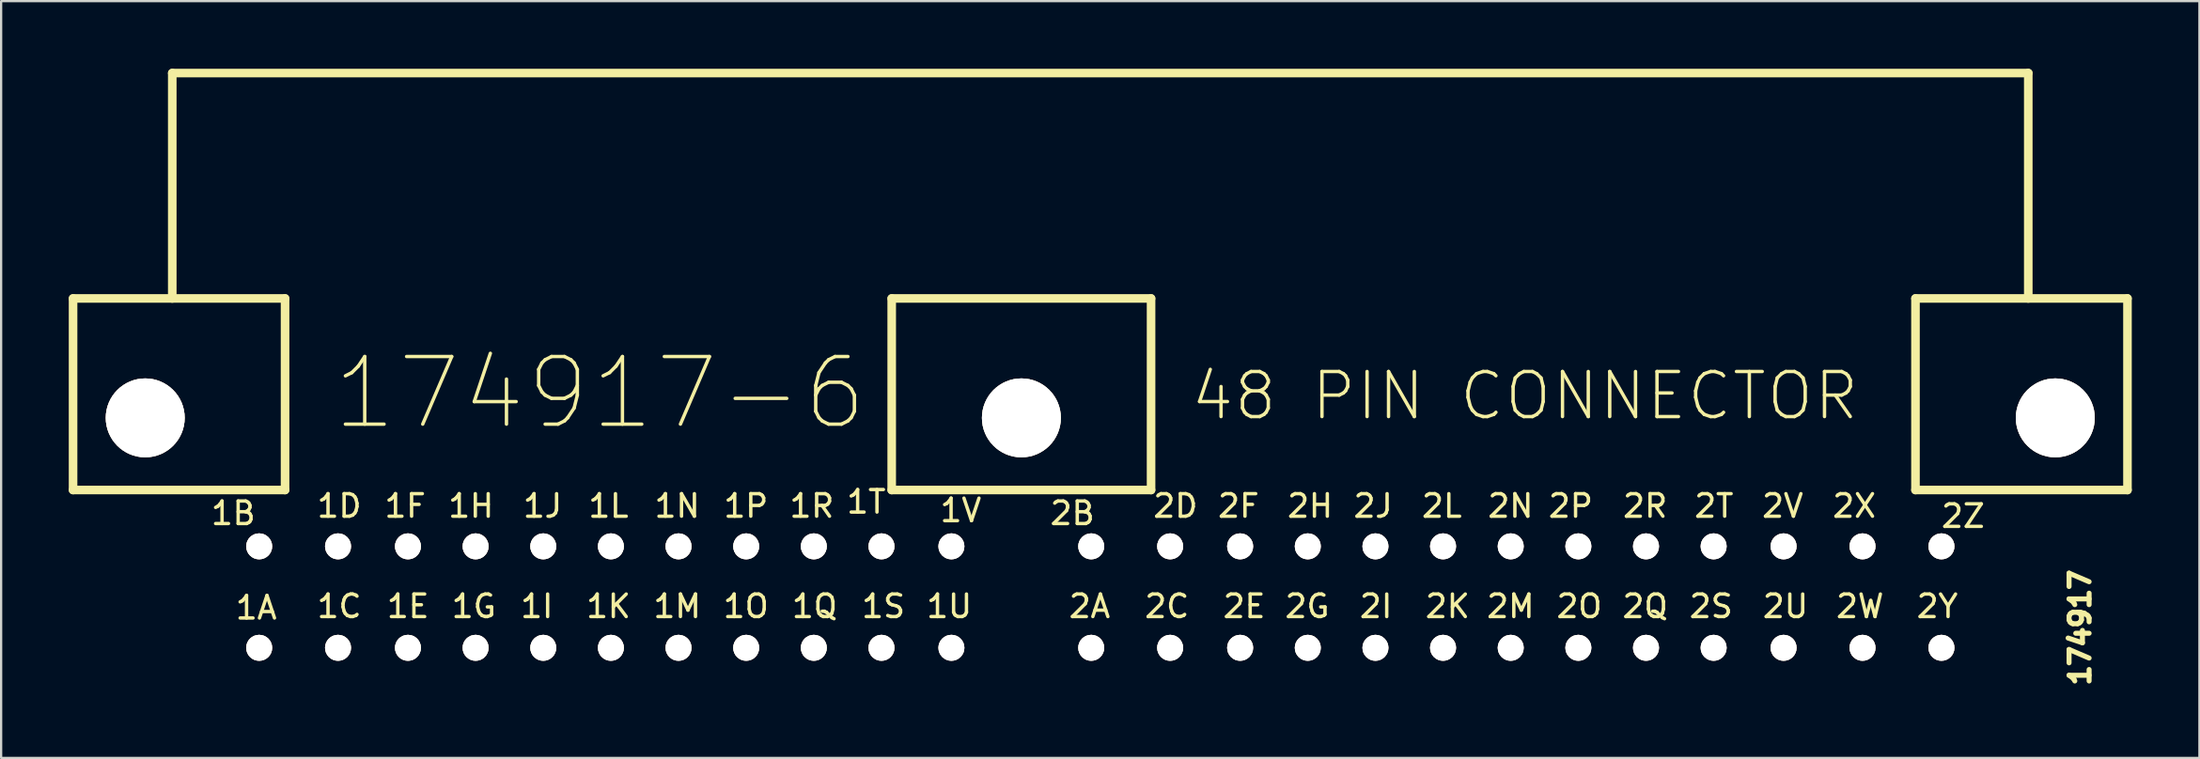
<source format=kicad_pcb>
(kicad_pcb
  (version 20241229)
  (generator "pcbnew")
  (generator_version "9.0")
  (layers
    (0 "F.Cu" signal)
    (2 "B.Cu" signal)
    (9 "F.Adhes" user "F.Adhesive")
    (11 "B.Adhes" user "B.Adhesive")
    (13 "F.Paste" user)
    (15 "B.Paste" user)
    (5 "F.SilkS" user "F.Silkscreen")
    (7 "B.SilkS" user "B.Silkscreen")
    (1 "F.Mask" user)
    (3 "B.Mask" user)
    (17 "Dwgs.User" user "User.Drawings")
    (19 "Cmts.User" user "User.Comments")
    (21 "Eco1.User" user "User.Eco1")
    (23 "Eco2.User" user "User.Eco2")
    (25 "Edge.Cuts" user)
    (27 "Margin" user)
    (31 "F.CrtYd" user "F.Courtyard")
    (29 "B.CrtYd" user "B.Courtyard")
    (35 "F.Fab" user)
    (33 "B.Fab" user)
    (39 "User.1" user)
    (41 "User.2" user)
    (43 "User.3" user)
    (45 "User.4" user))
  (footprint "174917"
    (layer "F.Cu")
    (at 8.44 25.69)
    (property "Reference" "174917" (at 80.754 -0.899 90) (layer "F.SilkS") (effects (font (size 0.889 0.889) (thickness 0.222))))
    (attr through_hole)
    (fp_line (start -8.25 -15.499) (end 1.151 -15.499) (stroke (width 0.381) (type solid)) (layer "F.SilkS"))
    (fp_line (start -8.25 -7) (end -8.25 -15.499) (stroke (width 0.381) (type solid)) (layer "F.SilkS"))
    (fp_line (start -8.25 -7) (end 1.151 -7) (stroke (width 0.381) (type solid)) (layer "F.SilkS"))
    (fp_line (start -3.851 -25.499) (end -3.851 -15.499) (stroke (width 0.381) (type solid)) (layer "F.SilkS"))
    (fp_line (start -3.851 -25.499) (end 78.456 -25.499) (stroke (width 0.381) (type solid)) (layer "F.SilkS"))
    (fp_line (start 1.151 -7) (end 1.151 -15.499) (stroke (width 0.381) (type solid)) (layer "F.SilkS"))
    (fp_line (start 28.054 -7) (end 28.054 -15.499) (stroke (width 0.381) (type solid)) (layer "F.SilkS"))
    (fp_line (start 39.555 -15.499) (end 28.054 -15.499) (stroke (width 0.381) (type solid)) (layer "F.SilkS"))
    (fp_line (start 39.555 -15.499) (end 39.555 -7) (stroke (width 0.381) (type solid)) (layer "F.SilkS"))
    (fp_line (start 39.555 -7) (end 28.054 -7) (stroke (width 0.381) (type solid)) (layer "F.SilkS"))
    (fp_line (start 73.454 -15.499) (end 82.855 -15.499) (stroke (width 0.381) (type solid)) (layer "F.SilkS"))
    (fp_line (start 73.454 -7) (end 73.454 -15.499) (stroke (width 0.381) (type solid)) (layer "F.SilkS"))
    (fp_line (start 78.456 -25.499) (end 78.456 -15.499) (stroke (width 0.381) (type solid)) (layer "F.SilkS"))
    (fp_line (start 82.855 -15.499) (end 82.855 -7) (stroke (width 0.381) (type solid)) (layer "F.SilkS"))
    (fp_line (start 82.855 -7) (end 73.454 -7) (stroke (width 0.381) (type solid)) (layer "F.SilkS"))
    (fp_text user "2A" (at 36.83 -1.841 0) (layer "F.SilkS") (effects (font (size 1 1) (thickness 0.15))))
    (fp_text user "174917-6" (at 15.113 -11.303 0) (layer "F.SilkS") (effects (font (size 3 3) (thickness 0.15))))
    (fp_text user "1I" (at 12.319 -1.841 0) (layer "F.SilkS") (effects (font (size 1 1) (thickness 0.15))))
    (fp_text user "2D" (at 40.64 -6.294 0) (layer "F.SilkS") (effects (font (size 1 1) (thickness 0.15))))
    (fp_text user "1K" (at 15.494 -1.841 0) (layer "F.SilkS") (effects (font (size 1 1) (thickness 0.15))))
    (fp_text user "1J" (at 12.573 -6.294 0) (layer "F.SilkS") (effects (font (size 1 1) (thickness 0.15))))
    (fp_text user "2H" (at 46.609 -6.294 0) (layer "F.SilkS") (effects (font (size 1 1) (thickness 0.15))))
    (fp_text user "48 PIN CONNECTOR" (at 56.134 -11.176 0) (layer "F.SilkS") (effects (font (size 2 2) (thickness 0.15))))
    (fp_text user "1U" (at 30.607 -1.841 0) (layer "F.SilkS") (effects (font (size 1 1) (thickness 0.15))))
    (fp_text user "2S" (at 64.389 -1.841 0) (layer "F.SilkS") (effects (font (size 1 1) (thickness 0.15))))
    (fp_text user "2U" (at 67.691 -1.841 0) (layer "F.SilkS") (effects (font (size 1 1) (thickness 0.15))))
    (fp_text user "1N" (at 18.542 -6.294 0) (layer "F.SilkS") (effects (font (size 1 1) (thickness 0.15))))
    (fp_text user "2R" (at 61.468 -6.294 0) (layer "F.SilkS") (effects (font (size 1 1) (thickness 0.15))))
    (fp_text user "1H" (at 9.398 -6.294 0) (layer "F.SilkS") (effects (font (size 1 1) (thickness 0.15))))
    (fp_text user "2C" (at 40.259 -1.841 0) (layer "F.SilkS") (effects (font (size 1 1) (thickness 0.15))))
    (fp_text user "2Q" (at 61.468 -1.841 0) (layer "F.SilkS") (effects (font (size 1 1) (thickness 0.15))))
    (fp_text user "2N" (at 55.499 -6.294 0) (layer "F.SilkS") (effects (font (size 1 1) (thickness 0.15))))
    (fp_text user "2O" (at 58.547 -1.841 0) (layer "F.SilkS") (effects (font (size 1 1) (thickness 0.15))))
    (fp_text user "1G" (at 9.525 -1.841 0) (layer "F.SilkS") (effects (font (size 1 1) (thickness 0.15))))
    (fp_text user "1F" (at 6.477 -6.294 0) (layer "F.SilkS") (effects (font (size 1 1) (thickness 0.15))))
    (fp_text user "1D" (at 3.556 -6.294 0) (layer "F.SilkS") (effects (font (size 1 1) (thickness 0.15))))
    (fp_text user "2Z" (at 75.565 -5.842 0) (layer "F.SilkS") (effects (font (size 1 1) (thickness 0.15))))
    (fp_text user "2F" (at 43.434 -6.294 0) (layer "F.SilkS") (effects (font (size 1 1) (thickness 0.15))))
    (fp_text user "1P" (at 21.59 -6.294 0) (layer "F.SilkS") (effects (font (size 1 1) (thickness 0.15))))
    (fp_text user "1T" (at 26.924 -6.477 0) (layer "F.SilkS") (effects (font (size 1 1) (thickness 0.15))))
    (fp_text user "2E" (at 43.688 -1.841 0) (layer "F.SilkS") (effects (font (size 1 1) (thickness 0.15))))
    (fp_text user "2X" (at 70.739 -6.294 0) (layer "F.SilkS") (effects (font (size 1 1) (thickness 0.15))))
    (fp_text user "1S" (at 27.686 -1.841 0) (layer "F.SilkS") (effects (font (size 1 1) (thickness 0.15))))
    (fp_text user "1E" (at 6.604 -1.841 0) (layer "F.SilkS") (effects (font (size 1 1) (thickness 0.15))))
    (fp_text user "2V" (at 67.564 -6.294 0) (layer "F.SilkS") (effects (font (size 1 1) (thickness 0.15))))
    (fp_text user "2J" (at 49.403 -6.294 0) (layer "F.SilkS") (effects (font (size 1 1) (thickness 0.15))))
    (fp_text user "1V" (at 31.115 -6.096 0) (layer "F.SilkS") (effects (font (size 1 1) (thickness 0.15))))
    (fp_text user "2G" (at 46.482 -1.841 0) (layer "F.SilkS") (effects (font (size 1 1) (thickness 0.15))))
    (fp_text user "1R" (at 24.511 -6.294 0) (layer "F.SilkS") (effects (font (size 1 1) (thickness 0.15))))
    (fp_text user "1Q" (at 24.638 -1.841 0) (layer "F.SilkS") (effects (font (size 1 1) (thickness 0.15))))
    (fp_text user "1O" (at 21.59 -1.841 0) (layer "F.SilkS") (effects (font (size 1 1) (thickness 0.15))))
    (fp_text user "2B" (at 36.068 -5.969 0) (layer "F.SilkS") (effects (font (size 1 1) (thickness 0.15))))
    (fp_text user "1L" (at 15.494 -6.294 0) (layer "F.SilkS") (effects (font (size 1 1) (thickness 0.15))))
    (fp_text user "1A" (at -0.127 -1.778 0) (layer "F.SilkS") (effects (font (size 1 1) (thickness 0.15))))
    (fp_text user "2M" (at 55.499 -1.841 0) (layer "F.SilkS") (effects (font (size 1 1) (thickness 0.15))))
    (fp_text user "1M" (at 18.542 -1.841 0) (layer "F.SilkS") (effects (font (size 1 1) (thickness 0.15))))
    (fp_text user "2W" (at 70.993 -1.841 0) (layer "F.SilkS") (effects (font (size 1 1) (thickness 0.15))))
    (fp_text user "1C" (at 3.556 -1.841 0) (layer "F.SilkS") (effects (font (size 1 1) (thickness 0.15))))
    (fp_text user "2T" (at 64.516 -6.294 0) (layer "F.SilkS") (effects (font (size 1 1) (thickness 0.15))))
    (fp_text user "2L" (at 52.451 -6.294 0) (layer "F.SilkS") (effects (font (size 1 1) (thickness 0.15))))
    (fp_text user "2K" (at 52.705 -1.841 0) (layer "F.SilkS") (effects (font (size 1 1) (thickness 0.15))))
    (fp_text user "2Y" (at 74.422 -1.841 0) (layer "F.SilkS") (effects (font (size 1 1) (thickness 0.15))))
    (fp_text user "2P" (at 58.166 -6.294 0) (layer "F.SilkS") (effects (font (size 1 1) (thickness 0.15))))
    (fp_text user "2I" (at 49.53 -1.841 0) (layer "F.SilkS") (effects (font (size 1 1) (thickness 0.15))))
    (fp_text user "1B" (at -1.143 -5.969 0) (layer "F.SilkS") (effects (font (size 1 1) (thickness 0.15))))
    (pad "" thru_hole circle (at -5.05 -10.201) (size 3.5 3.5) (drill 3.5) (layers "*.Cu" "*.Mask" "F.SilkS"))
    (pad "" thru_hole circle (at 33.805 -10.201) (size 3.5 3.5) (drill 3.5) (layers "*.Cu" "*.Mask" "F.SilkS"))
    (pad "" thru_hole circle (at 79.654 -10.201) (size 3.5 3.5) (drill 3.5) (layers "*.Cu" "*.Mask" "F.SilkS"))
    (pad "1A" thru_hole circle (at 0.003 0) (size 1.151 1.151) (drill 1.506) (layers "*.Cu" "*.Mask" "F.SilkS"))
    (pad "1B" thru_hole circle (at 0.003 -4.501 180) (size 1.151 1.151) (drill 1.506) (layers "*.Cu" "*.Mask" "F.SilkS"))
    (pad "1C" thru_hole circle (at 3.5 0) (size 1.151 1.151) (drill 1.506) (layers "*.Cu" "*.Mask" "F.SilkS"))
    (pad "1D" thru_hole circle (at 3.5 -4.501 180) (size 1.151 1.151) (drill 1.506) (layers "*.Cu" "*.Mask" "F.SilkS"))
    (pad "1E" thru_hole circle (at 6.601 0) (size 1.151 1.151) (drill 1.506) (layers "*.Cu" "*.Mask" "F.SilkS"))
    (pad "1F" thru_hole circle (at 6.601 -4.501 180) (size 1.151 1.151) (drill 1.506) (layers "*.Cu" "*.Mask" "F.SilkS"))
    (pad "1G" thru_hole circle (at 9.601 0) (size 1.151 1.151) (drill 1.506) (layers "*.Cu" "*.Mask" "F.SilkS"))
    (pad "1H" thru_hole circle (at 9.601 -4.501 180) (size 1.151 1.151) (drill 1.506) (layers "*.Cu" "*.Mask" "F.SilkS"))
    (pad "1I" thru_hole circle (at 12.601 0) (size 1.151 1.151) (drill 1.506) (layers "*.Cu" "*.Mask" "F.SilkS"))
    (pad "1J" thru_hole circle (at 12.601 -4.501 180) (size 1.151 1.151) (drill 1.506) (layers "*.Cu" "*.Mask" "F.SilkS"))
    (pad "1K" thru_hole circle (at 15.601 0) (size 1.151 1.151) (drill 1.506) (layers "*.Cu" "*.Mask" "F.SilkS"))
    (pad "1L" thru_hole circle (at 15.601 -4.501 180) (size 1.151 1.151) (drill 1.506) (layers "*.Cu" "*.Mask" "F.SilkS"))
    (pad "1M" thru_hole circle (at 18.6 0) (size 1.151 1.151) (drill 1.506) (layers "*.Cu" "*.Mask" "F.SilkS"))
    (pad "1N" thru_hole circle (at 18.6 -4.501 180) (size 1.151 1.151) (drill 1.506) (layers "*.Cu" "*.Mask" "F.SilkS"))
    (pad "1O" thru_hole circle (at 21.6 0) (size 1.151 1.151) (drill 1.506) (layers "*.Cu" "*.Mask" "F.SilkS"))
    (pad "1P" thru_hole circle (at 21.6 -4.501 180) (size 1.151 1.151) (drill 1.506) (layers "*.Cu" "*.Mask" "F.SilkS"))
    (pad "1Q" thru_hole circle (at 24.6 0) (size 1.151 1.151) (drill 1.506) (layers "*.Cu" "*.Mask" "F.SilkS"))
    (pad "1R" thru_hole circle (at 24.6 -4.501 180) (size 1.151 1.151) (drill 1.506) (layers "*.Cu" "*.Mask" "F.SilkS"))
    (pad "1S" thru_hole circle (at 27.6 0) (size 1.151 1.151) (drill 1.506) (layers "*.Cu" "*.Mask" "F.SilkS"))
    (pad "1T" thru_hole circle (at 27.6 -4.501 180) (size 1.151 1.151) (drill 1.506) (layers "*.Cu" "*.Mask" "F.SilkS"))
    (pad "1U" thru_hole circle (at 30.701 0) (size 1.151 1.151) (drill 1.506) (layers "*.Cu" "*.Mask" "F.SilkS"))
    (pad "1V" thru_hole circle (at 30.701 -4.501 180) (size 1.151 1.151) (drill 1.506) (layers "*.Cu" "*.Mask" "F.SilkS"))
    (pad "2A" thru_hole circle (at 36.901 0) (size 1.151 1.151) (drill 1.506) (layers "*.Cu" "*.Mask" "F.SilkS"))
    (pad "2B" thru_hole circle (at 36.901 -4.501 180) (size 1.151 1.151) (drill 1.506) (layers "*.Cu" "*.Mask" "F.SilkS"))
    (pad "2C" thru_hole circle (at 40.401 0) (size 1.151 1.151) (drill 1.506) (layers "*.Cu" "*.Mask" "F.SilkS"))
    (pad "2D" thru_hole circle (at 40.401 -4.501 180) (size 1.151 1.151) (drill 1.506) (layers "*.Cu" "*.Mask" "F.SilkS"))
    (pad "2E" thru_hole circle (at 43.505 0) (size 1.151 1.151) (drill 1.506) (layers "*.Cu" "*.Mask" "F.SilkS"))
    (pad "2F" thru_hole circle (at 43.505 -4.501 180) (size 1.151 1.151) (drill 1.506) (layers "*.Cu" "*.Mask" "F.SilkS"))
    (pad "2G" thru_hole circle (at 46.505 0) (size 1.151 1.151) (drill 1.506) (layers "*.Cu" "*.Mask" "F.SilkS"))
    (pad "2H" thru_hole circle (at 46.505 -4.501 180) (size 1.151 1.151) (drill 1.506) (layers "*.Cu" "*.Mask" "F.SilkS"))
    (pad "2I" thru_hole circle (at 49.505 0) (size 1.151 1.151) (drill 1.506) (layers "*.Cu" "*.Mask" "F.SilkS"))
    (pad "2J" thru_hole circle (at 49.505 -4.501 180) (size 1.151 1.151) (drill 1.506) (layers "*.Cu" "*.Mask" "F.SilkS"))
    (pad "2K" thru_hole circle (at 52.504 0) (size 1.151 1.151) (drill 1.506) (layers "*.Cu" "*.Mask" "F.SilkS"))
    (pad "2L" thru_hole circle (at 52.504 -4.501 180) (size 1.151 1.151) (drill 1.506) (layers "*.Cu" "*.Mask" "F.SilkS"))
    (pad "2M" thru_hole circle (at 55.504 0) (size 1.151 1.151) (drill 1.506) (layers "*.Cu" "*.Mask" "F.SilkS"))
    (pad "2N" thru_hole circle (at 55.504 -4.501 180) (size 1.151 1.151) (drill 1.506) (layers "*.Cu" "*.Mask" "F.SilkS"))
    (pad "2O" thru_hole circle (at 58.504 0) (size 1.151 1.151) (drill 1.506) (layers "*.Cu" "*.Mask" "F.SilkS"))
    (pad "2P" thru_hole circle (at 58.504 -4.501 180) (size 1.151 1.151) (drill 1.506) (layers "*.Cu" "*.Mask" "F.SilkS"))
    (pad "2Q" thru_hole circle (at 61.504 0) (size 1.151 1.151) (drill 1.506) (layers "*.Cu" "*.Mask" "F.SilkS"))
    (pad "2R" thru_hole circle (at 61.504 -4.501 180) (size 1.151 1.151) (drill 1.506) (layers "*.Cu" "*.Mask" "F.SilkS"))
    (pad "2S" thru_hole circle (at 64.503 0) (size 1.151 1.151) (drill 1.506) (layers "*.Cu" "*.Mask" "F.SilkS"))
    (pad "2T" thru_hole circle (at 64.503 -4.501 180) (size 1.151 1.151) (drill 1.506) (layers "*.Cu" "*.Mask" "F.SilkS"))
    (pad "2U" thru_hole circle (at 67.605 0) (size 1.151 1.151) (drill 1.506) (layers "*.Cu" "*.Mask" "F.SilkS"))
    (pad "2V" thru_hole circle (at 67.605 -4.501 180) (size 1.151 1.151) (drill 1.506) (layers "*.Cu" "*.Mask" "F.SilkS"))
    (pad "2W" thru_hole circle (at 71.105 0) (size 1.151 1.151) (drill 1.506) (layers "*.Cu" "*.Mask" "F.SilkS"))
    (pad "2X" thru_hole circle (at 71.105 -4.501 180) (size 1.151 1.151) (drill 1.506) (layers "*.Cu" "*.Mask" "F.SilkS"))
    (pad "2Y" thru_hole circle (at 74.605 0) (size 1.151 1.151) (drill 1.506) (layers "*.Cu" "*.Mask" "F.SilkS"))
    (pad "2Z" thru_hole circle (at 74.605 -4.501 180) (size 1.151 1.151) (drill 1.506) (layers "*.Cu" "*.Mask" "F.SilkS")))
  (gr_rect
    (start -3 -3)
    (end 94.486 30.575)
    (stroke (width 0.1) (type default))
    (fill no)
    (layer "Edge.Cuts")))
</source>
